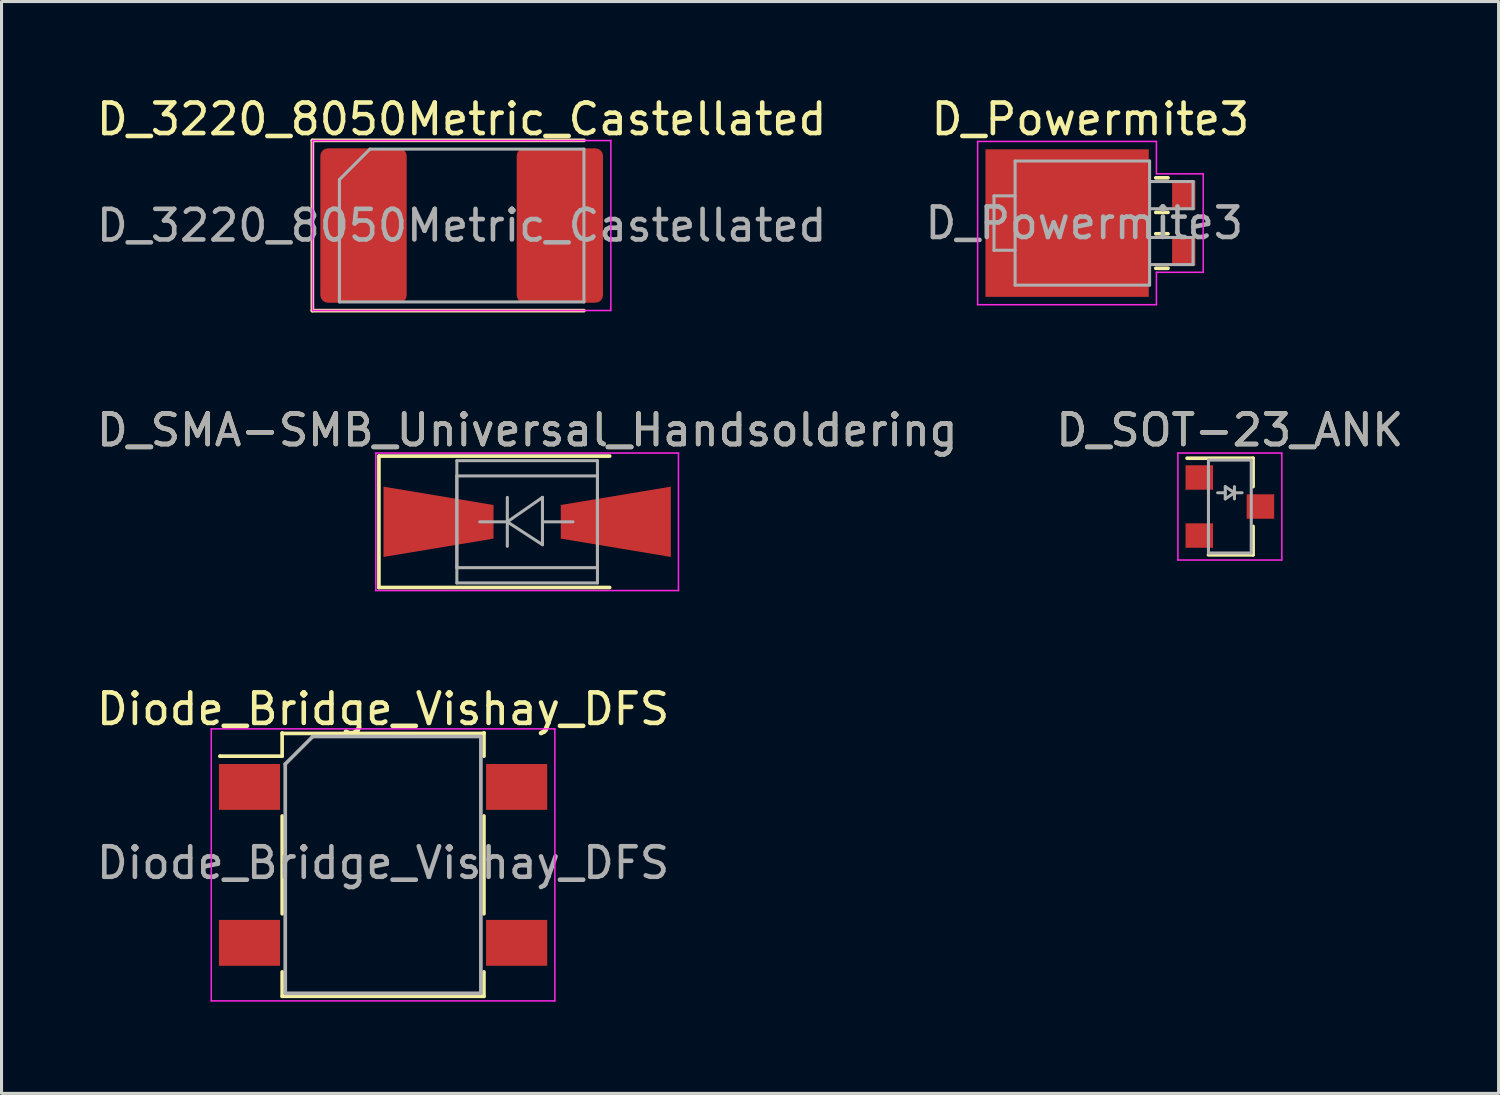
<source format=kicad_pcb>
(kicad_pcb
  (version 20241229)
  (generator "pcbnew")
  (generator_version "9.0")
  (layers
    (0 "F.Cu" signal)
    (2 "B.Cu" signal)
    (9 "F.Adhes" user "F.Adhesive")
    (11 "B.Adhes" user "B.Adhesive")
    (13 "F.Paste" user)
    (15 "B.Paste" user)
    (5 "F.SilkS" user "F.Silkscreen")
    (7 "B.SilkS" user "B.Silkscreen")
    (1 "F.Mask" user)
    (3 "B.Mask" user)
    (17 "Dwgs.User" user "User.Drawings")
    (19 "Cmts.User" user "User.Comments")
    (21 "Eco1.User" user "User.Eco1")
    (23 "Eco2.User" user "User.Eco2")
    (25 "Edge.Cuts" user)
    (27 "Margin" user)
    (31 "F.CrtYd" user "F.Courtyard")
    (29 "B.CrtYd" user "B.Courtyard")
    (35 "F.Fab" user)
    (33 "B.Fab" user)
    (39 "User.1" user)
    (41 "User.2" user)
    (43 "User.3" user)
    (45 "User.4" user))
  (footprint "D_Powermite3"
    (layer "F.Cu")
    (at 32.623 4.248)
    (property "Reference" "D_Powermite3" (at 0 -3.4 0) (layer "F.SilkS") (effects (font (size 1 1) (thickness 0.15))))
    (attr smd)
    (fp_line (start 2.538 -1.48) (end 2.138 -1.48) (stroke (width 0.12) (type solid)) (layer "F.SilkS"))
    (fp_line (start 2.538 -0.35) (end 2.138 -0.35) (stroke (width 0.12) (type solid)) (layer "F.SilkS"))
    (fp_line (start 2.538 0.35) (end 2.138 0.35) (stroke (width 0.12) (type solid)) (layer "F.SilkS"))
    (fp_line (start 2.538 1.48) (end 2.138 1.48) (stroke (width 0.12) (type solid)) (layer "F.SilkS"))
    (fp_line (start -3.69 -2.67) (end -3.69 2.67) (stroke (width 0.05) (type solid)) (layer "F.CrtYd"))
    (fp_line (start -3.69 2.67) (end 2.16 2.67) (stroke (width 0.05) (type solid)) (layer "F.CrtYd"))
    (fp_line (start 2.16 -2.67) (end -3.69 -2.67) (stroke (width 0.05) (type solid)) (layer "F.CrtYd"))
    (fp_line (start 2.16 -1.61) (end 2.16 -2.67) (stroke (width 0.05) (type solid)) (layer "F.CrtYd"))
    (fp_line (start 2.16 1.61) (end 3.69 1.61) (stroke (width 0.05) (type solid)) (layer "F.CrtYd"))
    (fp_line (start 2.16 2.67) (end 2.16 1.61) (stroke (width 0.05) (type solid)) (layer "F.CrtYd"))
    (fp_line (start 3.69 -1.61) (end 2.16 -1.61) (stroke (width 0.05) (type solid)) (layer "F.CrtYd"))
    (fp_line (start 3.69 1.61) (end 3.69 -1.61) (stroke (width 0.05) (type solid)) (layer "F.CrtYd"))
    (fp_line (start -3.154 -0.89) (end -2.464 -0.89) (stroke (width 0.1) (type solid)) (layer "F.Fab"))
    (fp_line (start -3.154 0.89) (end -3.154 -0.89) (stroke (width 0.1) (type solid)) (layer "F.Fab"))
    (fp_line (start -2.464 -2.03) (end -2.464 2.03) (stroke (width 0.1) (type solid)) (layer "F.Fab"))
    (fp_line (start -2.464 0.89) (end -3.154 0.89) (stroke (width 0.1) (type solid)) (layer "F.Fab"))
    (fp_line (start -2.464 2.03) (end 1.936 2.03) (stroke (width 0.1) (type solid)) (layer "F.Fab"))
    (fp_line (start 1.936 -2.03) (end -2.464 -2.03) (stroke (width 0.1) (type solid)) (layer "F.Fab"))
    (fp_line (start 1.936 2.03) (end 1.936 -2.03) (stroke (width 0.1) (type solid)) (layer "F.Fab"))
    (fp_line (start 3.358 -1.359) (end 1.936 -1.359) (stroke (width 0.1) (type solid)) (layer "F.Fab"))
    (fp_line (start 3.358 -0.47) (end 1.936 -0.47) (stroke (width 0.1) (type solid)) (layer "F.Fab"))
    (fp_line (start 3.358 -0.47) (end 3.358 -1.359) (stroke (width 0.1) (type solid)) (layer "F.Fab"))
    (fp_line (start 3.358 0.47) (end 1.936 0.47) (stroke (width 0.1) (type solid)) (layer "F.Fab"))
    (fp_line (start 3.358 1.359) (end 1.936 1.359) (stroke (width 0.1) (type solid)) (layer "F.Fab"))
    (fp_line (start 3.358 1.359) (end 3.358 0.47) (stroke (width 0.1) (type solid)) (layer "F.Fab"))
    (fp_text user "${REFERENCE}" (at -0.2 0 0) (layer "F.Fab") (effects (font (size 1 1) (thickness 0.15))))
    (pad "1" smd rect (at -0.762 0 180) (size 5.344 4.826) (layers "F.Cu" "F.Mask" "F.Paste"))
    (pad "2" smd rect (at 3.053 -0.914 180) (size 0.762 0.965) (layers "F.Cu" "F.Mask" "F.Paste"))
    (pad "3" smd rect (at 3.053 0.914 180) (size 0.762 0.965) (layers "F.Cu" "F.Mask" "F.Paste")))
  (footprint "D_3220_8050Metric_Castellated"
    (layer "F.Cu")
    (at 12.054 4.328)
    (property "Reference" "D_3220_8050Metric_Castellated" (at 0 -3.48 0) (layer "F.SilkS") (effects (font (size 1 1) (thickness 0.15))))
    (attr smd)
    (fp_line (start -4.885 -2.785) (end -4.885 2.785) (stroke (width 0.12) (type solid)) (layer "F.SilkS"))
    (fp_line (start -4.885 2.785) (end 4 2.785) (stroke (width 0.12) (type solid)) (layer "F.SilkS"))
    (fp_line (start 4 -2.785) (end -4.885 -2.785) (stroke (width 0.12) (type solid)) (layer "F.SilkS"))
    (fp_line (start -4.88 -2.78) (end 4.88 -2.78) (stroke (width 0.05) (type solid)) (layer "F.CrtYd"))
    (fp_line (start -4.88 2.78) (end -4.88 -2.78) (stroke (width 0.05) (type solid)) (layer "F.CrtYd"))
    (fp_line (start 4.88 -2.78) (end 4.88 2.78) (stroke (width 0.05) (type solid)) (layer "F.CrtYd"))
    (fp_line (start 4.88 2.78) (end -4.88 2.78) (stroke (width 0.05) (type solid)) (layer "F.CrtYd"))
    (fp_line (start -4 -1.5) (end -4 2.5) (stroke (width 0.1) (type solid)) (layer "F.Fab"))
    (fp_line (start -4 2.5) (end 4 2.5) (stroke (width 0.1) (type solid)) (layer "F.Fab"))
    (fp_line (start -3 -2.5) (end -4 -1.5) (stroke (width 0.1) (type solid)) (layer "F.Fab"))
    (fp_line (start 4 -2.5) (end -3 -2.5) (stroke (width 0.1) (type solid)) (layer "F.Fab"))
    (fp_line (start 4 2.5) (end 4 -2.5) (stroke (width 0.1) (type solid)) (layer "F.Fab"))
    (fp_text user "${REFERENCE}" (at 0 0 0) (layer "F.Fab") (effects (font (size 1 1) (thickness 0.15))))
    (pad "1" smd roundrect (at -3.212 0) (size 2.825 5.05) (layers "F.Cu" "F.Mask" "F.Paste") (roundrect_rratio 0.088))
    (pad "2" smd roundrect (at 3.212 0) (size 2.825 5.05) (layers "F.Cu" "F.Mask" "F.Paste") (roundrect_rratio 0.088)))
  (footprint "D_SOT-23_ANK"
    (layer "F.Cu")
    (at 37.185 13.521)
    (property "Reference" "D_SOT-23_ANK" (at 0 -2.5 0) (layer "F.SilkS") (effects (font (size 1 1) (thickness 0.15))))
    (attr smd)
    (fp_line (start 0.76 -1.58) (end -1.4 -1.58) (stroke (width 0.12) (type solid)) (layer "F.SilkS"))
    (fp_line (start 0.76 -1.58) (end 0.76 -0.65) (stroke (width 0.12) (type solid)) (layer "F.SilkS"))
    (fp_line (start 0.76 1.58) (end -0.7 1.58) (stroke (width 0.12) (type solid)) (layer "F.SilkS"))
    (fp_line (start 0.76 1.58) (end 0.76 0.65) (stroke (width 0.12) (type solid)) (layer "F.SilkS"))
    (fp_line (start -1.7 -1.75) (end 1.7 -1.75) (stroke (width 0.05) (type solid)) (layer "F.CrtYd"))
    (fp_line (start -1.7 1.75) (end -1.7 -1.75) (stroke (width 0.05) (type solid)) (layer "F.CrtYd"))
    (fp_line (start 1.7 -1.75) (end 1.7 1.75) (stroke (width 0.05) (type solid)) (layer "F.CrtYd"))
    (fp_line (start 1.7 1.75) (end -1.7 1.75) (stroke (width 0.05) (type solid)) (layer "F.CrtYd"))
    (fp_line (start -0.7 -1.52) (end -0.7 1.52) (stroke (width 0.1) (type solid)) (layer "F.Fab"))
    (fp_line (start -0.7 -1.52) (end 0.7 -1.52) (stroke (width 0.1) (type solid)) (layer "F.Fab"))
    (fp_line (start -0.7 1.52) (end 0.7 1.52) (stroke (width 0.1) (type solid)) (layer "F.Fab"))
    (fp_line (start -0.15 -0.65) (end -0.15 -0.25) (stroke (width 0.1) (type solid)) (layer "F.Fab"))
    (fp_line (start -0.15 -0.45) (end -0.4 -0.45) (stroke (width 0.1) (type solid)) (layer "F.Fab"))
    (fp_line (start -0.15 -0.25) (end 0.15 -0.45) (stroke (width 0.1) (type solid)) (layer "F.Fab"))
    (fp_line (start 0.15 -0.65) (end 0.15 -0.25) (stroke (width 0.1) (type solid)) (layer "F.Fab"))
    (fp_line (start 0.15 -0.45) (end -0.15 -0.65) (stroke (width 0.1) (type solid)) (layer "F.Fab"))
    (fp_line (start 0.15 -0.45) (end 0.4 -0.45) (stroke (width 0.1) (type solid)) (layer "F.Fab"))
    (fp_line (start 0.7 -1.52) (end 0.7 1.52) (stroke (width 0.1) (type solid)) (layer "F.Fab"))
    (fp_text user "${REFERENCE}" (at 0 -2.5 0) (layer "F.Fab") (effects (font (size 1 1) (thickness 0.15))))
    (pad "" smd rect (at -1 0.95) (size 0.9 0.8) (layers "F.Cu" "F.Mask" "F.Paste"))
    (pad "1" smd rect (at 1 0) (size 0.9 0.8) (layers "F.Cu" "F.Mask" "F.Paste"))
    (pad "2" smd rect (at -1 -0.95) (size 0.9 0.8) (layers "F.Cu" "F.Mask" "F.Paste")))
  (footprint "Diode_Bridge_Vishay_DFS"
    (layer "F.Cu")
    (at 9.482 25.245)
    (property "Reference" "Diode_Bridge_Vishay_DFS" (at 0 -5.1 0) (layer "F.SilkS") (effects (font (size 1 1) (thickness 0.15))))
    (attr smd)
    (fp_line (start -5.334 -3.556) (end -5.334 -3.556) (stroke (width 0.12) (type solid)) (layer "F.SilkS"))
    (fp_line (start -3.302 -4.318) (end -3.302 -3.556) (stroke (width 0.12) (type solid)) (layer "F.SilkS"))
    (fp_line (start -3.302 -3.556) (end -5.334 -3.556) (stroke (width 0.12) (type solid)) (layer "F.SilkS"))
    (fp_line (start -3.3 -4.3) (end 3.3 -4.3) (stroke (width 0.12) (type solid)) (layer "F.SilkS"))
    (fp_line (start -3.3 -1.6) (end -3.3 1.6) (stroke (width 0.12) (type solid)) (layer "F.SilkS"))
    (fp_line (start -3.3 3.5) (end -3.3 4.3) (stroke (width 0.12) (type solid)) (layer "F.SilkS"))
    (fp_line (start -3.3 4.3) (end 3.3 4.3) (stroke (width 0.12) (type solid)) (layer "F.SilkS"))
    (fp_line (start 3.3 -1.6) (end 3.3 1.6) (stroke (width 0.12) (type solid)) (layer "F.SilkS"))
    (fp_line (start 3.3 4.3) (end 3.3 3.5) (stroke (width 0.12) (type solid)) (layer "F.SilkS"))
    (fp_line (start 3.302 -4.318) (end 3.302 -4.318) (stroke (width 0.12) (type solid)) (layer "F.SilkS"))
    (fp_line (start 3.302 -3.556) (end 3.302 -4.318) (stroke (width 0.12) (type solid)) (layer "F.SilkS"))
    (fp_line (start -5.62 -4.45) (end -5.62 4.45) (stroke (width 0.05) (type solid)) (layer "F.CrtYd"))
    (fp_line (start -5.62 -4.45) (end 5.62 -4.45) (stroke (width 0.05) (type solid)) (layer "F.CrtYd"))
    (fp_line (start 5.62 4.45) (end -5.62 4.45) (stroke (width 0.05) (type solid)) (layer "F.CrtYd"))
    (fp_line (start 5.62 4.45) (end 5.62 -4.45) (stroke (width 0.05) (type solid)) (layer "F.CrtYd"))
    (fp_line (start -3.2 -3.3) (end -2.3 -4.2) (stroke (width 0.12) (type solid)) (layer "F.Fab"))
    (fp_line (start -3.2 4.2) (end -3.2 -3.3) (stroke (width 0.12) (type solid)) (layer "F.Fab"))
    (fp_line (start -2.3 -4.2) (end 3.2 -4.2) (stroke (width 0.12) (type solid)) (layer "F.Fab"))
    (fp_line (start 3.2 -4.2) (end 3.2 4.2) (stroke (width 0.12) (type solid)) (layer "F.Fab"))
    (fp_line (start 3.2 4.2) (end -3.2 4.2) (stroke (width 0.12) (type solid)) (layer "F.Fab"))
    (fp_text user "${REFERENCE}" (at 0 -0.065 0) (layer "F.Fab") (effects (font (size 1 1) (thickness 0.15))))
    (pad "1" smd rect (at -4.37 -2.55) (size 2 1.5) (layers "F.Cu" "F.Mask" "F.Paste"))
    (pad "2" smd rect (at -4.37 2.55) (size 2 1.5) (layers "F.Cu" "F.Mask" "F.Paste"))
    (pad "3" smd rect (at 4.37 2.55) (size 2 1.5) (layers "F.Cu" "F.Mask" "F.Paste"))
    (pad "4" smd rect (at 4.37 -2.55) (size 2 1.5) (layers "F.Cu" "F.Mask" "F.Paste")))
  (footprint "D_SMA-SMB_Universal_Handsoldering"
    (layer "F.Cu")
    (at 14.196 14.021)
    (property "Reference" "D_SMA-SMB_Universal_Handsoldering" (at 0 -3 0) (layer "F.SilkS") (effects (font (size 1 1) (thickness 0.15))))
    (attr smd)
    (fp_line (start -4.85 -2.15) (end -4.85 2.15) (stroke (width 0.12) (type solid)) (layer "F.SilkS"))
    (fp_line (start -4.85 -2.15) (end 2.7 -2.15) (stroke (width 0.12) (type solid)) (layer "F.SilkS"))
    (fp_line (start -4.85 2.15) (end 2.7 2.15) (stroke (width 0.12) (type solid)) (layer "F.SilkS"))
    (fp_line (start -4.95 -2.25) (end 4.95 -2.25) (stroke (width 0.05) (type solid)) (layer "F.CrtYd"))
    (fp_line (start -4.95 2.25) (end -4.95 -2.25) (stroke (width 0.05) (type solid)) (layer "F.CrtYd"))
    (fp_line (start 4.95 -2.25) (end 4.95 2.25) (stroke (width 0.05) (type solid)) (layer "F.CrtYd"))
    (fp_line (start 4.95 2.25) (end -4.95 2.25) (stroke (width 0.05) (type solid)) (layer "F.CrtYd"))
    (fp_line (start -2.3 1.5) (end -2.3 -1.5) (stroke (width 0.1) (type solid)) (layer "F.Fab"))
    (fp_line (start -2.3 2) (end -2.3 -2) (stroke (width 0.1) (type solid)) (layer "F.Fab"))
    (fp_line (start -0.649 -0.799) (end -0.649 0.801) (stroke (width 0.1) (type solid)) (layer "F.Fab"))
    (fp_line (start -0.649 0.001) (end -1.551 0.001) (stroke (width 0.1) (type solid)) (layer "F.Fab"))
    (fp_line (start -0.649 0.001) (end 0.501 -0.799) (stroke (width 0.1) (type solid)) (layer "F.Fab"))
    (fp_line (start -0.649 0.001) (end 0.501 0.75) (stroke (width 0.1) (type solid)) (layer "F.Fab"))
    (fp_line (start 0.501 0.001) (end 1.499 0.001) (stroke (width 0.1) (type solid)) (layer "F.Fab"))
    (fp_line (start 0.501 0.75) (end 0.501 -0.799) (stroke (width 0.1) (type solid)) (layer "F.Fab"))
    (fp_line (start 2.3 -2) (end -2.3 -2) (stroke (width 0.1) (type solid)) (layer "F.Fab"))
    (fp_line (start 2.3 -2) (end 2.3 2) (stroke (width 0.1) (type solid)) (layer "F.Fab"))
    (fp_line (start 2.3 -1.5) (end -2.3 -1.5) (stroke (width 0.1) (type solid)) (layer "F.Fab"))
    (fp_line (start 2.3 -1.5) (end 2.3 1.5) (stroke (width 0.1) (type solid)) (layer "F.Fab"))
    (fp_line (start 2.3 1.5) (end -2.3 1.5) (stroke (width 0.1) (type solid)) (layer "F.Fab"))
    (fp_line (start 2.3 2) (end -2.3 2) (stroke (width 0.1) (type solid)) (layer "F.Fab"))
    (fp_text user "${REFERENCE}" (at 0 -3 0) (layer "F.Fab") (effects (font (size 1 1) (thickness 0.15))))
    (pad "1" smd trapezoid (at -2.9 0) (size 3.6 1.7) (rect_delta 0.6 0) (layers "F.Cu" "F.Mask" "F.Paste"))
    (pad "2" smd trapezoid (at 2.9 0 180) (size 3.6 1.7) (rect_delta 0.6 0) (layers "F.Cu" "F.Mask" "F.Paste")))
  (gr_rect
    (start -3 -3)
    (end 45.976 32.72)
    (stroke (width 0.1) (type default))
    (fill no)
    (layer "Edge.Cuts")))
</source>
